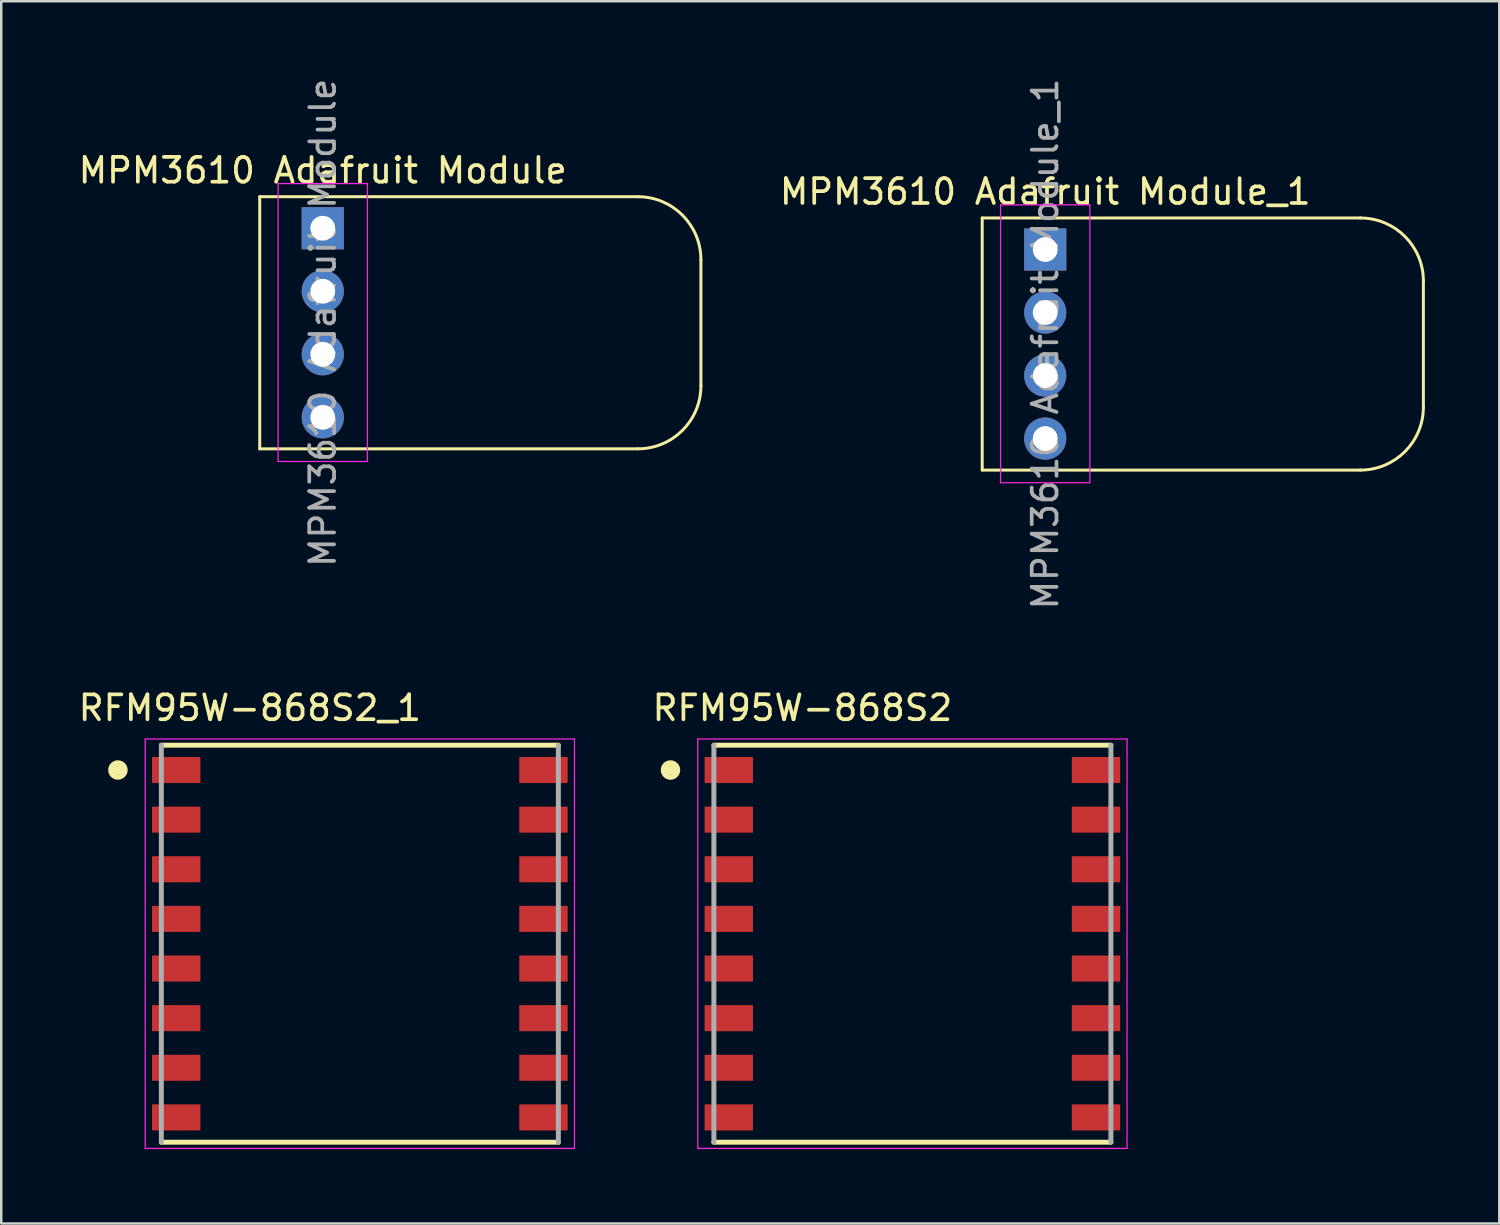
<source format=kicad_pcb>
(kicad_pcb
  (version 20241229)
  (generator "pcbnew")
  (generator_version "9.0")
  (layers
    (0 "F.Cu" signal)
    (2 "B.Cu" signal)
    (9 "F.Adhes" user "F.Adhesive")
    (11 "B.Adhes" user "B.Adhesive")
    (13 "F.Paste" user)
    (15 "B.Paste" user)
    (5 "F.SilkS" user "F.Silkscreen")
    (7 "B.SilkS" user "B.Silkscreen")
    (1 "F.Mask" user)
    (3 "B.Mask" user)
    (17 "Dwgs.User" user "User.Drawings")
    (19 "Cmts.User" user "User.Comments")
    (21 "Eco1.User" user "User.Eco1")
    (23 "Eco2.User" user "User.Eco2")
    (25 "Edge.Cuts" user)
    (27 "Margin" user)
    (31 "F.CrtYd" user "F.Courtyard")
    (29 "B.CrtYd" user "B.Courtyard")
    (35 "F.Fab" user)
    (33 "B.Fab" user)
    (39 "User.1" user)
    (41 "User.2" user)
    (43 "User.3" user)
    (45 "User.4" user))
  (footprint "RFM95W-868S2_1"
    (layer "F.Cu")
    (at 11.452 34.983)
    (property "Reference" "RFM95W-868S2_1" (at -4.433 -9.503 0) (layer "F.SilkS") (effects (font (size 1.002 1.002) (thickness 0.15))))
    (attr through_hole)
    (fp_line (start -8 -8) (end 8 -8) (stroke (width 0.2) (type solid)) (layer "F.SilkS"))
    (fp_line (start 8 8) (end -8 8) (stroke (width 0.2) (type solid)) (layer "F.SilkS"))
    (fp_circle (center -9.75 -7) (end -9.458 -7) (stroke (width 0.2) (type solid)) (fill no) (layer "F.SilkS"))
    (fp_poly (pts (xy -10.011 -7.2) (xy -9.5 -7.2) (xy -9.5 -6.808) (xy -10.011 -6.808)) (stroke (width 0.01) (type solid)) (fill yes) (layer "F.SilkS"))
    (fp_line (start -8.65 -8.25) (end 8.65 -8.25) (stroke (width 0.05) (type solid)) (layer "F.CrtYd"))
    (fp_line (start -8.65 8.25) (end -8.65 -8.25) (stroke (width 0.05) (type solid)) (layer "F.CrtYd"))
    (fp_line (start 8.65 -8.25) (end 8.65 8.25) (stroke (width 0.05) (type solid)) (layer "F.CrtYd"))
    (fp_line (start 8.65 8.25) (end -8.65 8.25) (stroke (width 0.05) (type solid)) (layer "F.CrtYd"))
    (fp_line (start -8 8) (end -8 -8) (stroke (width 0.2) (type solid)) (layer "F.Fab"))
    (fp_line (start 8 -8) (end 8 8) (stroke (width 0.2) (type solid)) (layer "F.Fab"))
    (pad "1" smd rect (at -7.4 -7) (size 1.95 1.05) (layers "F.Cu" "F.Mask" "F.Paste"))
    (pad "2" smd rect (at -7.4 -5) (size 1.95 1.05) (layers "F.Cu" "F.Mask" "F.Paste"))
    (pad "3" smd rect (at -7.4 -3) (size 1.95 1.05) (layers "F.Cu" "F.Mask" "F.Paste"))
    (pad "4" smd rect (at -7.4 -1) (size 1.95 1.05) (layers "F.Cu" "F.Mask" "F.Paste"))
    (pad "5" smd rect (at -7.4 1) (size 1.95 1.05) (layers "F.Cu" "F.Mask" "F.Paste"))
    (pad "6" smd rect (at -7.4 3) (size 1.95 1.05) (layers "F.Cu" "F.Mask" "F.Paste"))
    (pad "7" smd rect (at -7.4 5) (size 1.95 1.05) (layers "F.Cu" "F.Mask" "F.Paste"))
    (pad "8" smd rect (at -7.4 7) (size 1.95 1.05) (layers "F.Cu" "F.Mask" "F.Paste"))
    (pad "9" smd rect (at 7.4 7 180) (size 1.95 1.05) (layers "F.Cu" "F.Mask" "F.Paste"))
    (pad "10" smd rect (at 7.4 5 180) (size 1.95 1.05) (layers "F.Cu" "F.Mask" "F.Paste"))
    (pad "11" smd rect (at 7.4 3 180) (size 1.95 1.05) (layers "F.Cu" "F.Mask" "F.Paste"))
    (pad "12" smd rect (at 7.4 1 180) (size 1.95 1.05) (layers "F.Cu" "F.Mask" "F.Paste"))
    (pad "13" smd rect (at 7.4 -1 180) (size 1.95 1.05) (layers "F.Cu" "F.Mask" "F.Paste"))
    (pad "14" smd rect (at 7.4 -3 180) (size 1.95 1.05) (layers "F.Cu" "F.Mask" "F.Paste"))
    (pad "15" smd rect (at 7.4 -5 180) (size 1.95 1.05) (layers "F.Cu" "F.Mask" "F.Paste"))
    (pad "16" smd rect (at 7.4 -7 180) (size 1.95 1.05) (layers "F.Cu" "F.Mask" "F.Paste")))
  (footprint "MPM3610 Adafruit Module_1"
    (layer "F.Cu")
    (at 39.074 7.005)
    (property "Reference" "MPM3610 Adafruit Module_1" (at 0 -2.33 0) (layer "F.SilkS") (effects (font (size 1 1) (thickness 0.15))))
    (attr through_hole)
    (fp_line (start -2.54 -1.27) (end -2.54 8.89) (stroke (width 0.12) (type solid)) (layer "F.SilkS"))
    (fp_line (start -2.54 -1.27) (end 12.7 -1.27) (stroke (width 0.12) (type solid)) (layer "F.SilkS"))
    (fp_line (start -2.54 8.89) (end 12.7 8.89) (stroke (width 0.12) (type solid)) (layer "F.SilkS"))
    (fp_line (start 15.24 6.35) (end 15.24 1.27) (stroke (width 0.12) (type solid)) (layer "F.SilkS"))
    (fp_arc (start 12.7 -1.27) (mid 14.496051 -0.526051) (end 15.24 1.27) (stroke (width 0.12) (type solid)) (layer "F.SilkS"))
    (fp_arc (start 15.24 6.35) (mid 14.496051 8.146051) (end 12.7 8.89) (stroke (width 0.12) (type solid)) (layer "F.SilkS"))
    (fp_line (start -1.8 -1.8) (end -1.8 9.4) (stroke (width 0.05) (type solid)) (layer "F.CrtYd"))
    (fp_line (start -1.8 9.4) (end 1.8 9.4) (stroke (width 0.05) (type solid)) (layer "F.CrtYd"))
    (fp_line (start 1.8 -1.8) (end -1.8 -1.8) (stroke (width 0.05) (type solid)) (layer "F.CrtYd"))
    (fp_line (start 1.8 9.4) (end 1.8 -1.8) (stroke (width 0.05) (type solid)) (layer "F.CrtYd"))
    (fp_text user "${REFERENCE}" (at 0 3.81 90) (layer "F.Fab") (effects (font (size 1 1) (thickness 0.15))))
    (pad "1" thru_hole rect (at 0 0) (size 1.7 1.7) (drill 1) (layers "*.Cu" "*.Mask"))
    (pad "2" thru_hole oval (at 0 2.54) (size 1.7 1.7) (drill 1) (layers "*.Cu" "*.Mask"))
    (pad "3" thru_hole oval (at 0 5.08) (size 1.7 1.7) (drill 1) (layers "*.Cu" "*.Mask"))
    (pad "4" thru_hole oval (at 0 7.62) (size 1.7 1.7) (drill 1) (layers "*.Cu" "*.Mask")))
  (footprint "RFM95W-868S2"
    (layer "F.Cu")
    (at 33.721 34.983)
    (property "Reference" "RFM95W-868S2" (at -4.433 -9.503 0) (layer "F.SilkS") (effects (font (size 1.002 1.002) (thickness 0.15))))
    (attr through_hole)
    (fp_line (start -8 -8) (end 8 -8) (stroke (width 0.2) (type solid)) (layer "F.SilkS"))
    (fp_line (start 8 8) (end -8 8) (stroke (width 0.2) (type solid)) (layer "F.SilkS"))
    (fp_circle (center -9.75 -7) (end -9.458 -7) (stroke (width 0.2) (type solid)) (fill no) (layer "F.SilkS"))
    (fp_poly (pts (xy -10.011 -7.2) (xy -9.5 -7.2) (xy -9.5 -6.808) (xy -10.011 -6.808)) (stroke (width 0.01) (type solid)) (fill yes) (layer "F.SilkS"))
    (fp_line (start -8.65 -8.25) (end 8.65 -8.25) (stroke (width 0.05) (type solid)) (layer "F.CrtYd"))
    (fp_line (start -8.65 8.25) (end -8.65 -8.25) (stroke (width 0.05) (type solid)) (layer "F.CrtYd"))
    (fp_line (start 8.65 -8.25) (end 8.65 8.25) (stroke (width 0.05) (type solid)) (layer "F.CrtYd"))
    (fp_line (start 8.65 8.25) (end -8.65 8.25) (stroke (width 0.05) (type solid)) (layer "F.CrtYd"))
    (fp_line (start -8 8) (end -8 -8) (stroke (width 0.2) (type solid)) (layer "F.Fab"))
    (fp_line (start 8 -8) (end 8 8) (stroke (width 0.2) (type solid)) (layer "F.Fab"))
    (pad "1" smd rect (at -7.4 -7) (size 1.95 1.05) (layers "F.Cu" "F.Mask" "F.Paste"))
    (pad "2" smd rect (at -7.4 -5) (size 1.95 1.05) (layers "F.Cu" "F.Mask" "F.Paste"))
    (pad "3" smd rect (at -7.4 -3) (size 1.95 1.05) (layers "F.Cu" "F.Mask" "F.Paste"))
    (pad "4" smd rect (at -7.4 -1) (size 1.95 1.05) (layers "F.Cu" "F.Mask" "F.Paste"))
    (pad "5" smd rect (at -7.4 1) (size 1.95 1.05) (layers "F.Cu" "F.Mask" "F.Paste"))
    (pad "6" smd rect (at -7.4 3) (size 1.95 1.05) (layers "F.Cu" "F.Mask" "F.Paste"))
    (pad "7" smd rect (at -7.4 5) (size 1.95 1.05) (layers "F.Cu" "F.Mask" "F.Paste"))
    (pad "8" smd rect (at -7.4 7) (size 1.95 1.05) (layers "F.Cu" "F.Mask" "F.Paste"))
    (pad "9" smd rect (at 7.4 7 180) (size 1.95 1.05) (layers "F.Cu" "F.Mask" "F.Paste"))
    (pad "10" smd rect (at 7.4 5 180) (size 1.95 1.05) (layers "F.Cu" "F.Mask" "F.Paste"))
    (pad "11" smd rect (at 7.4 3 180) (size 1.95 1.05) (layers "F.Cu" "F.Mask" "F.Paste"))
    (pad "12" smd rect (at 7.4 1 180) (size 1.95 1.05) (layers "F.Cu" "F.Mask" "F.Paste"))
    (pad "13" smd rect (at 7.4 -1 180) (size 1.95 1.05) (layers "F.Cu" "F.Mask" "F.Paste"))
    (pad "14" smd rect (at 7.4 -3 180) (size 1.95 1.05) (layers "F.Cu" "F.Mask" "F.Paste"))
    (pad "15" smd rect (at 7.4 -5 180) (size 1.95 1.05) (layers "F.Cu" "F.Mask" "F.Paste"))
    (pad "16" smd rect (at 7.4 -7 180) (size 1.95 1.05) (layers "F.Cu" "F.Mask" "F.Paste")))
  (footprint "MPM3610 Adafruit Module"
    (layer "F.Cu")
    (at 9.958 6.148)
    (property "Reference" "MPM3610 Adafruit Module" (at 0 -2.33 0) (layer "F.SilkS") (effects (font (size 1 1) (thickness 0.15))))
    (attr through_hole)
    (fp_line (start -2.54 -1.27) (end -2.54 8.89) (stroke (width 0.12) (type solid)) (layer "F.SilkS"))
    (fp_line (start -2.54 -1.27) (end 12.7 -1.27) (stroke (width 0.12) (type solid)) (layer "F.SilkS"))
    (fp_line (start -2.54 8.89) (end 12.7 8.89) (stroke (width 0.12) (type solid)) (layer "F.SilkS"))
    (fp_line (start 15.24 6.35) (end 15.24 1.27) (stroke (width 0.12) (type solid)) (layer "F.SilkS"))
    (fp_arc (start 12.7 -1.27) (mid 14.496051 -0.526051) (end 15.24 1.27) (stroke (width 0.12) (type solid)) (layer "F.SilkS"))
    (fp_arc (start 15.24 6.35) (mid 14.496051 8.146051) (end 12.7 8.89) (stroke (width 0.12) (type solid)) (layer "F.SilkS"))
    (fp_line (start -1.8 -1.8) (end -1.8 9.4) (stroke (width 0.05) (type solid)) (layer "F.CrtYd"))
    (fp_line (start -1.8 9.4) (end 1.8 9.4) (stroke (width 0.05) (type solid)) (layer "F.CrtYd"))
    (fp_line (start 1.8 -1.8) (end -1.8 -1.8) (stroke (width 0.05) (type solid)) (layer "F.CrtYd"))
    (fp_line (start 1.8 9.4) (end 1.8 -1.8) (stroke (width 0.05) (type solid)) (layer "F.CrtYd"))
    (fp_text user "${REFERENCE}" (at 0 3.81 90) (layer "F.Fab") (effects (font (size 1 1) (thickness 0.15))))
    (pad "1" thru_hole rect (at 0 0) (size 1.7 1.7) (drill 1) (layers "*.Cu" "*.Mask"))
    (pad "2" thru_hole oval (at 0 2.54) (size 1.7 1.7) (drill 1) (layers "*.Cu" "*.Mask"))
    (pad "3" thru_hole oval (at 0 5.08) (size 1.7 1.7) (drill 1) (layers "*.Cu" "*.Mask"))
    (pad "4" thru_hole oval (at 0 7.62) (size 1.7 1.7) (drill 1) (layers "*.Cu" "*.Mask")))
  (gr_rect
    (start -3 -3)
    (end 57.374 46.258)
    (stroke (width 0.1) (type default))
    (fill no)
    (layer "Edge.Cuts")))
</source>
